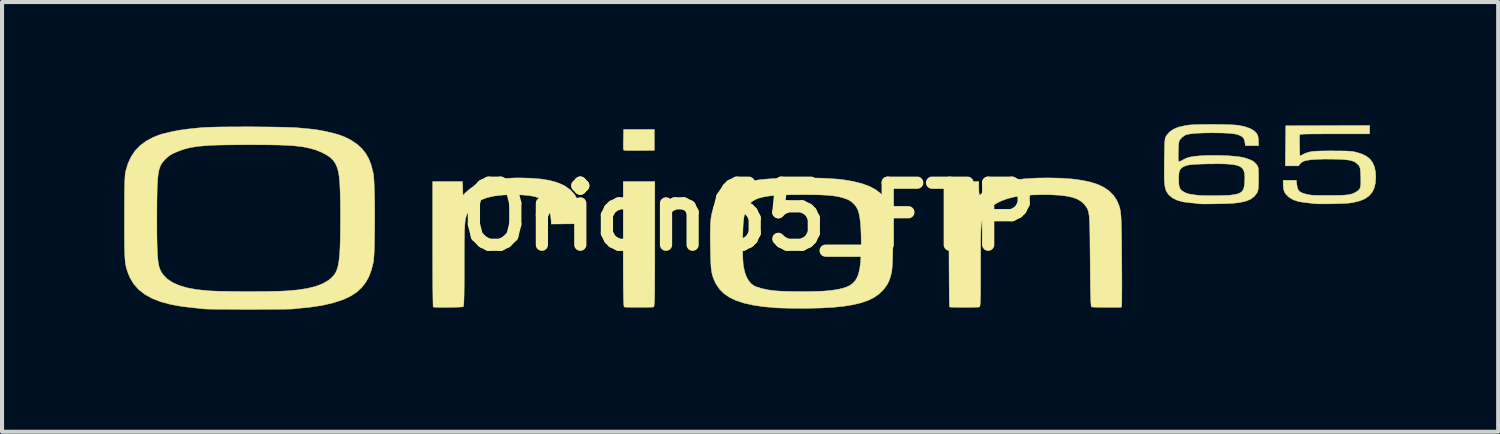
<source format=kicad_pcb>
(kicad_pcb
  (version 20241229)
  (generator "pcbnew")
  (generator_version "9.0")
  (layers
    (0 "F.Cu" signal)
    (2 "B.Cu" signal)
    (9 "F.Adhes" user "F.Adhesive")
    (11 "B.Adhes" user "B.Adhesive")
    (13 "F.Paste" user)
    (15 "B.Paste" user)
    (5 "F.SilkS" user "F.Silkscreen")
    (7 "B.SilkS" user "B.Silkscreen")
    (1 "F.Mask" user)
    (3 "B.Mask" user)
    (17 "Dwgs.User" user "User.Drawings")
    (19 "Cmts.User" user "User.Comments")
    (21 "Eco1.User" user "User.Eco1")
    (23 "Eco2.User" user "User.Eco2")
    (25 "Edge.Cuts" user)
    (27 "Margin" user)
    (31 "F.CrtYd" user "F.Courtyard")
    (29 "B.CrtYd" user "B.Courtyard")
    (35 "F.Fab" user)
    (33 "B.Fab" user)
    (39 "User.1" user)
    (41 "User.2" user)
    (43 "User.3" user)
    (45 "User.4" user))
  (footprint "Orion65_FTP"
    (layer "F.Cu")
    (at 15.335 2.27)
    (property "Reference" "Orion65_FTP" (at 0 0 0) (layer "F.SilkS") (effects (font (size 1.524 1.524) (thickness 0.3))))
    (attr through_hole)
    (fp_poly (pts (xy -2.318 -1.628) (xy -2.69 -1.624) (xy -2.832 -1.623) (xy -2.936 -1.624) (xy -3.007 -1.626) (xy -3.05 -1.629) (xy -3.071 -1.635) (xy -3.074 -1.637) (xy -3.077 -1.655) (xy -3.079 -1.694) (xy -3.08 -1.75) (xy -3.08 -1.819) (xy -3.079 -1.897) (xy -3.078 -1.898) (xy -3.073 -2.142) (xy -2.318 -2.142) (xy -2.318 -1.628)) (stroke (width 0.01) (type solid)) (fill yes) (layer "F.SilkS"))
    (fp_poly (pts (xy -2.307 0.674) (xy -2.307 0.906) (xy -2.307 1.114) (xy -2.308 1.299) (xy -2.308 1.462) (xy -2.309 1.605) (xy -2.309 1.729) (xy -2.31 1.835) (xy -2.312 1.925) (xy -2.313 2) (xy -2.315 2.061) (xy -2.318 2.109) (xy -2.321 2.147) (xy -2.324 2.175) (xy -2.327 2.195) (xy -2.331 2.208) (xy -2.336 2.215) (xy -2.341 2.218) (xy -2.341 2.218) (xy -2.375 2.221) (xy -2.441 2.223) (xy -2.532 2.224) (xy -2.638 2.225) (xy -2.749 2.225) (xy -2.855 2.224) (xy -2.948 2.223) (xy -3.018 2.221) (xy -3.055 2.218) (xy -3.056 2.218) (xy -3.061 2.212) (xy -3.064 2.196) (xy -3.068 2.168) (xy -3.071 2.128) (xy -3.073 2.075) (xy -3.076 2.007) (xy -3.077 1.922) (xy -3.079 1.821) (xy -3.08 1.701) (xy -3.081 1.562) (xy -3.082 1.402) (xy -3.083 1.22) (xy -3.083 1.016) (xy -3.083 0.787) (xy -3.083 0.674) (xy -3.083 -0.862) (xy -2.307 -0.862) (xy -2.307 0.674)) (stroke (width 0.01) (type solid)) (fill yes) (layer "F.SilkS"))
    (fp_poly (pts (xy -5.35 -0.945) (xy -5.107 -0.925) (xy -4.896 -0.891) (xy -4.715 -0.842) (xy -4.561 -0.778) (xy -4.505 -0.747) (xy -4.382 -0.658) (xy -4.283 -0.552) (xy -4.207 -0.426) (xy -4.153 -0.28) (xy -4.122 -0.113) (xy -4.112 0.019) (xy -4.108 0.174) (xy -4.479 0.177) (xy -4.851 0.181) (xy -4.851 0.122) (xy -4.855 0.068) (xy -4.863 0.000196) (xy -4.876 -0.074) (xy -4.891 -0.145) (xy -4.907 -0.207) (xy -4.92 -0.244) (xy -4.969 -0.33) (xy -5.039 -0.399) (xy -5.133 -0.454) (xy -5.254 -0.493) (xy -5.405 -0.52) (xy -5.59 -0.535) (xy -5.789 -0.54) (xy -6.031 -0.532) (xy -6.24 -0.509) (xy -6.419 -0.47) (xy -6.57 -0.413) (xy -6.695 -0.338) (xy -6.798 -0.244) (xy -6.868 -0.149) (xy -6.888 -0.116) (xy -6.906 -0.085) (xy -6.922 -0.053) (xy -6.935 -0.02) (xy -6.946 0.017) (xy -6.956 0.06) (xy -6.964 0.11) (xy -6.97 0.17) (xy -6.975 0.24) (xy -6.979 0.324) (xy -6.982 0.423) (xy -6.983 0.538) (xy -6.985 0.672) (xy -6.985 0.827) (xy -6.986 1.004) (xy -6.986 1.172) (xy -6.986 1.369) (xy -6.986 1.542) (xy -6.987 1.692) (xy -6.989 1.82) (xy -6.99 1.927) (xy -6.993 2.015) (xy -6.995 2.085) (xy -6.998 2.138) (xy -7.002 2.176) (xy -7.006 2.2) (xy -7.011 2.21) (xy -7.012 2.211) (xy -7.041 2.215) (xy -7.103 2.22) (xy -7.191 2.223) (xy -7.295 2.225) (xy -7.405 2.227) (xy -7.514 2.227) (xy -7.611 2.226) (xy -7.689 2.224) (xy -7.737 2.22) (xy -7.748 2.217) (xy -7.75 2.204) (xy -7.752 2.166) (xy -7.753 2.105) (xy -7.755 2.024) (xy -7.756 1.923) (xy -7.758 1.805) (xy -7.759 1.67) (xy -7.76 1.521) (xy -7.761 1.358) (xy -7.761 1.184) (xy -7.762 1.001) (xy -7.762 0.809) (xy -7.762 0.673) (xy -7.762 -0.862) (xy -7.03 -0.862) (xy -7.024 -0.692) (xy -7.018 -0.521) (xy -6.947 -0.597) (xy -6.827 -0.699) (xy -6.679 -0.783) (xy -6.501 -0.85) (xy -6.292 -0.9) (xy -6.051 -0.933) (xy -5.779 -0.95) (xy -5.628 -0.952) (xy -5.35 -0.945)) (stroke (width 0.01) (type solid)) (fill yes) (layer "F.SilkS"))
    (fp_poly (pts (xy 15.244 -2.033) (xy 14.392 -2.033) (xy 14.169 -2.033) (xy 13.985 -2.032) (xy 13.838 -2.031) (xy 13.724 -2.03) (xy 13.639 -2.028) (xy 13.581 -2.025) (xy 13.546 -2.022) (xy 13.53 -2.018) (xy 13.529 -2.017) (xy 13.526 -1.999) (xy 13.524 -1.96) (xy 13.523 -1.904) (xy 13.523 -1.834) (xy 13.524 -1.756) (xy 13.524 -1.745) (xy 13.53 -1.489) (xy 13.623 -1.536) (xy 13.677 -1.56) (xy 13.73 -1.579) (xy 13.79 -1.594) (xy 13.863 -1.603) (xy 13.955 -1.61) (xy 14.074 -1.613) (xy 14.225 -1.615) (xy 14.328 -1.615) (xy 14.483 -1.614) (xy 14.603 -1.613) (xy 14.694 -1.611) (xy 14.764 -1.607) (xy 14.82 -1.601) (xy 14.868 -1.593) (xy 14.877 -1.591) (xy 15.024 -1.551) (xy 15.146 -1.496) (xy 15.242 -1.424) (xy 15.313 -1.334) (xy 15.362 -1.225) (xy 15.389 -1.095) (xy 15.395 -0.978) (xy 15.386 -0.83) (xy 15.356 -0.703) (xy 15.304 -0.597) (xy 15.229 -0.511) (xy 15.13 -0.441) (xy 15.005 -0.389) (xy 14.853 -0.351) (xy 14.736 -0.333) (xy 14.666 -0.328) (xy 14.569 -0.323) (xy 14.453 -0.319) (xy 14.327 -0.316) (xy 14.2 -0.314) (xy 14.081 -0.314) (xy 13.979 -0.315) (xy 13.903 -0.318) (xy 13.864 -0.322) (xy 13.815 -0.329) (xy 13.741 -0.338) (xy 13.662 -0.346) (xy 13.501 -0.371) (xy 13.368 -0.415) (xy 13.262 -0.479) (xy 13.245 -0.494) (xy 13.189 -0.551) (xy 13.152 -0.609) (xy 13.131 -0.676) (xy 13.123 -0.758) (xy 13.122 -0.778) (xy 13.12 -0.894) (xy 13.444 -0.894) (xy 13.457 -0.783) (xy 13.47 -0.707) (xy 13.494 -0.651) (xy 13.533 -0.611) (xy 13.593 -0.58) (xy 13.678 -0.555) (xy 13.682 -0.554) (xy 13.729 -0.543) (xy 13.773 -0.535) (xy 13.821 -0.529) (xy 13.881 -0.525) (xy 13.96 -0.523) (xy 14.066 -0.522) (xy 14.207 -0.522) (xy 14.231 -0.522) (xy 14.405 -0.522) (xy 14.543 -0.525) (xy 14.651 -0.531) (xy 14.735 -0.541) (xy 14.801 -0.556) (xy 14.856 -0.576) (xy 14.906 -0.603) (xy 14.929 -0.617) (xy 14.963 -0.643) (xy 14.989 -0.669) (xy 15.008 -0.701) (xy 15.02 -0.742) (xy 15.026 -0.796) (xy 15.028 -0.867) (xy 15.026 -0.958) (xy 15.025 -0.999) (xy 15.021 -1.082) (xy 15.017 -1.143) (xy 15.01 -1.187) (xy 15.001 -1.219) (xy 14.989 -1.244) (xy 14.972 -1.267) (xy 14.971 -1.267) (xy 14.925 -1.312) (xy 14.874 -1.347) (xy 14.81 -1.372) (xy 14.728 -1.39) (xy 14.621 -1.402) (xy 14.483 -1.409) (xy 14.342 -1.413) (xy 14.125 -1.414) (xy 13.941 -1.408) (xy 13.792 -1.397) (xy 13.681 -1.379) (xy 13.621 -1.361) (xy 13.571 -1.331) (xy 13.532 -1.294) (xy 13.531 -1.292) (xy 13.5 -1.248) (xy 13.174 -1.248) (xy 13.179 -1.74) (xy 13.185 -2.232) (xy 14.215 -2.236) (xy 15.244 -2.239) (xy 15.244 -2.033)) (stroke (width 0.01) (type solid)) (fill yes) (layer "F.SilkS"))
    (fp_poly (pts (xy 7.647 -0.946) (xy 7.927 -0.927) (xy 8.175 -0.894) (xy 8.391 -0.848) (xy 8.571 -0.791) (xy 8.716 -0.722) (xy 8.845 -0.633) (xy 8.951 -0.528) (xy 9.03 -0.411) (xy 9.045 -0.379) (xy 9.063 -0.34) (xy 9.078 -0.304) (xy 9.092 -0.269) (xy 9.103 -0.233) (xy 9.113 -0.195) (xy 9.122 -0.153) (xy 9.129 -0.104) (xy 9.135 -0.047) (xy 9.14 0.019) (xy 9.144 0.097) (xy 9.147 0.189) (xy 9.15 0.296) (xy 9.152 0.42) (xy 9.154 0.564) (xy 9.155 0.728) (xy 9.157 0.915) (xy 9.158 1.041) (xy 9.159 1.209) (xy 9.16 1.371) (xy 9.161 1.523) (xy 9.161 1.665) (xy 9.161 1.794) (xy 9.16 1.909) (xy 9.16 2.007) (xy 9.159 2.087) (xy 9.157 2.146) (xy 9.156 2.183) (xy 9.154 2.195) (xy 9.141 2.226) (xy 8.791 2.226) (xy 8.672 2.225) (xy 8.566 2.224) (xy 8.483 2.221) (xy 8.43 2.218) (xy 8.416 2.216) (xy 8.411 2.208) (xy 8.407 2.187) (xy 8.403 2.151) (xy 8.399 2.101) (xy 8.396 2.033) (xy 8.393 1.948) (xy 8.391 1.844) (xy 8.388 1.72) (xy 8.386 1.574) (xy 8.384 1.406) (xy 8.383 1.213) (xy 8.382 1.081) (xy 8.38 0.876) (xy 8.378 0.696) (xy 8.377 0.539) (xy 8.375 0.401) (xy 8.373 0.283) (xy 8.37 0.182) (xy 8.366 0.096) (xy 8.361 0.023) (xy 8.355 -0.037) (xy 8.347 -0.087) (xy 8.338 -0.129) (xy 8.327 -0.164) (xy 8.314 -0.194) (xy 8.299 -0.221) (xy 8.282 -0.247) (xy 8.262 -0.272) (xy 8.24 -0.3) (xy 8.236 -0.305) (xy 8.164 -0.374) (xy 8.069 -0.43) (xy 7.95 -0.474) (xy 7.801 -0.506) (xy 7.621 -0.527) (xy 7.407 -0.538) (xy 7.223 -0.54) (xy 6.959 -0.534) (xy 6.729 -0.516) (xy 6.529 -0.487) (xy 6.355 -0.444) (xy 6.201 -0.388) (xy 6.086 -0.33) (xy 5.981 -0.265) (xy 5.902 -0.199) (xy 5.837 -0.122) (xy 5.801 -0.069) (xy 5.782 -0.038) (xy 5.765 -0.008) (xy 5.75 0.022) (xy 5.738 0.054) (xy 5.728 0.09) (xy 5.719 0.132) (xy 5.712 0.182) (xy 5.706 0.242) (xy 5.701 0.313) (xy 5.698 0.398) (xy 5.696 0.498) (xy 5.694 0.615) (xy 5.693 0.752) (xy 5.693 0.909) (xy 5.692 1.089) (xy 5.692 1.205) (xy 5.692 1.391) (xy 5.692 1.552) (xy 5.692 1.692) (xy 5.691 1.81) (xy 5.69 1.909) (xy 5.688 1.991) (xy 5.686 2.058) (xy 5.684 2.11) (xy 5.681 2.149) (xy 5.678 2.178) (xy 5.673 2.198) (xy 5.668 2.21) (xy 5.663 2.216) (xy 5.658 2.218) (xy 5.624 2.221) (xy 5.558 2.223) (xy 5.469 2.225) (xy 5.365 2.226) (xy 5.255 2.226) (xy 5.149 2.225) (xy 5.054 2.224) (xy 4.981 2.222) (xy 4.938 2.219) (xy 4.931 2.217) (xy 4.929 2.204) (xy 4.927 2.166) (xy 4.925 2.105) (xy 4.924 2.024) (xy 4.922 1.923) (xy 4.921 1.805) (xy 4.92 1.67) (xy 4.919 1.521) (xy 4.918 1.358) (xy 4.917 1.184) (xy 4.916 1.001) (xy 4.916 0.809) (xy 4.916 0.673) (xy 4.916 -0.862) (xy 5.649 -0.862) (xy 5.649 -0.695) (xy 5.651 -0.623) (xy 5.655 -0.57) (xy 5.663 -0.537) (xy 5.671 -0.528) (xy 5.692 -0.537) (xy 5.692 -0.541) (xy 5.705 -0.557) (xy 5.736 -0.587) (xy 5.778 -0.622) (xy 5.918 -0.714) (xy 6.086 -0.79) (xy 6.284 -0.851) (xy 6.513 -0.898) (xy 6.774 -0.93) (xy 7.07 -0.948) (xy 7.331 -0.952) (xy 7.647 -0.946)) (stroke (width 0.01) (type solid)) (fill yes) (layer "F.SilkS"))
    (fp_poly (pts (xy 1.57 -0.951) (xy 1.806 -0.945) (xy 2.023 -0.934) (xy 2.212 -0.919) (xy 2.318 -0.907) (xy 2.568 -0.865) (xy 2.784 -0.81) (xy 2.969 -0.742) (xy 3.124 -0.658) (xy 3.251 -0.557) (xy 3.354 -0.437) (xy 3.433 -0.298) (xy 3.492 -0.137) (xy 3.505 -0.09) (xy 3.513 -0.041) (xy 3.52 0.031) (xy 3.526 0.121) (xy 3.531 0.227) (xy 3.535 0.344) (xy 3.537 0.469) (xy 3.538 0.6) (xy 3.537 0.731) (xy 3.536 0.86) (xy 3.533 0.983) (xy 3.529 1.097) (xy 3.524 1.198) (xy 3.517 1.283) (xy 3.509 1.348) (xy 3.504 1.378) (xy 3.476 1.482) (xy 3.446 1.568) (xy 3.412 1.642) (xy 3.37 1.71) (xy 3.316 1.78) (xy 3.296 1.803) (xy 3.196 1.9) (xy 3.076 1.983) (xy 2.931 2.055) (xy 2.761 2.114) (xy 2.563 2.162) (xy 2.334 2.199) (xy 2.072 2.226) (xy 1.776 2.242) (xy 1.442 2.25) (xy 1.272 2.25) (xy 1.126 2.249) (xy 0.983 2.247) (xy 0.852 2.244) (xy 0.745 2.241) (xy 0.671 2.238) (xy 0.668 2.237) (xy 0.37 2.211) (xy 0.108 2.172) (xy -0.118 2.122) (xy -0.312 2.058) (xy -0.475 1.98) (xy -0.61 1.887) (xy -0.719 1.778) (xy -0.805 1.651) (xy -0.844 1.57) (xy -0.865 1.519) (xy -0.882 1.472) (xy -0.896 1.424) (xy -0.908 1.374) (xy -0.917 1.317) (xy -0.925 1.252) (xy -0.93 1.174) (xy -0.935 1.082) (xy -0.938 0.972) (xy -0.941 0.841) (xy -0.943 0.737) (xy -0.943 0.722) (xy -0.151 0.722) (xy -0.15 0.842) (xy -0.148 0.955) (xy -0.144 1.056) (xy -0.139 1.142) (xy -0.132 1.207) (xy -0.129 1.229) (xy -0.096 1.369) (xy -0.053 1.486) (xy 0.001 1.58) (xy 0.065 1.652) (xy 0.141 1.704) (xy 0.169 1.716) (xy 0.31 1.762) (xy 0.484 1.799) (xy 0.647 1.82) (xy 0.744 1.827) (xy 0.875 1.833) (xy 1.03 1.836) (xy 1.198 1.838) (xy 1.372 1.838) (xy 1.54 1.836) (xy 1.694 1.833) (xy 1.824 1.828) (xy 1.919 1.821) (xy 2.069 1.804) (xy 2.201 1.783) (xy 2.315 1.756) (xy 2.413 1.722) (xy 2.495 1.68) (xy 2.564 1.627) (xy 2.62 1.562) (xy 2.665 1.483) (xy 2.699 1.388) (xy 2.724 1.276) (xy 2.742 1.145) (xy 2.753 0.993) (xy 2.758 0.819) (xy 2.76 0.64) (xy 2.758 0.456) (xy 2.752 0.295) (xy 2.742 0.157) (xy 2.728 0.04) (xy 2.71 -0.059) (xy 2.688 -0.14) (xy 2.676 -0.172) (xy 2.636 -0.245) (xy 2.578 -0.315) (xy 2.511 -0.375) (xy 2.441 -0.417) (xy 2.43 -0.422) (xy 2.341 -0.454) (xy 2.25 -0.48) (xy 2.152 -0.501) (xy 2.041 -0.516) (xy 1.91 -0.527) (xy 1.755 -0.535) (xy 1.569 -0.539) (xy 1.347 -0.54) (xy 1.295 -0.54) (xy 1.021 -0.538) (xy 0.786 -0.531) (xy 0.587 -0.518) (xy 0.421 -0.497) (xy 0.284 -0.467) (xy 0.173 -0.427) (xy 0.084 -0.376) (xy 0.015 -0.311) (xy -0.038 -0.232) (xy -0.078 -0.138) (xy -0.11 -0.027) (xy -0.119 0.019) (xy -0.128 0.076) (xy -0.135 0.154) (xy -0.141 0.249) (xy -0.145 0.358) (xy -0.149 0.475) (xy -0.151 0.598) (xy -0.151 0.722) (xy -0.943 0.722) (xy -0.945 0.574) (xy -0.946 0.432) (xy -0.944 0.311) (xy -0.941 0.208) (xy -0.936 0.118) (xy -0.928 0.04) (xy -0.918 -0.029) (xy -0.904 -0.093) (xy -0.888 -0.153) (xy -0.872 -0.202) (xy -0.803 -0.358) (xy -0.707 -0.494) (xy -0.584 -0.611) (xy -0.432 -0.709) (xy -0.25 -0.789) (xy -0.038 -0.852) (xy 0.207 -0.898) (xy 0.237 -0.902) (xy 0.406 -0.921) (xy 0.607 -0.935) (xy 0.833 -0.946) (xy 1.075 -0.952) (xy 1.323 -0.954) (xy 1.57 -0.951)) (stroke (width 0.01) (type solid)) (fill yes) (layer "F.SilkS"))
    (fp_poly (pts (xy 11.445 -2.265) (xy 11.6 -2.263) (xy 11.744 -2.26) (xy 11.868 -2.255) (xy 11.965 -2.249) (xy 12.01 -2.245) (xy 12.171 -2.213) (xy 12.303 -2.168) (xy 12.386 -2.122) (xy 12.444 -2.074) (xy 12.482 -2.025) (xy 12.504 -1.967) (xy 12.513 -1.892) (xy 12.514 -1.866) (xy 12.517 -1.744) (xy 12.193 -1.744) (xy 12.181 -1.827) (xy 12.167 -1.89) (xy 12.144 -1.935) (xy 12.105 -1.969) (xy 12.047 -2) (xy 11.984 -2.021) (xy 11.899 -2.037) (xy 11.786 -2.048) (xy 11.64 -2.055) (xy 11.458 -2.058) (xy 11.385 -2.059) (xy 11.165 -2.056) (xy 10.988 -2.048) (xy 10.852 -2.035) (xy 10.756 -2.017) (xy 10.735 -2.011) (xy 10.691 -1.988) (xy 10.643 -1.951) (xy 10.616 -1.925) (xy 10.595 -1.901) (xy 10.58 -1.88) (xy 10.569 -1.856) (xy 10.561 -1.826) (xy 10.556 -1.785) (xy 10.552 -1.729) (xy 10.549 -1.654) (xy 10.547 -1.605) (xy 10.545 -1.511) (xy 10.545 -1.441) (xy 10.548 -1.392) (xy 10.553 -1.363) (xy 10.561 -1.352) (xy 10.564 -1.351) (xy 10.592 -1.36) (xy 10.637 -1.381) (xy 10.664 -1.396) (xy 10.726 -1.428) (xy 10.791 -1.453) (xy 10.812 -1.459) (xy 10.922 -1.479) (xy 11.063 -1.493) (xy 11.227 -1.502) (xy 11.404 -1.505) (xy 11.585 -1.503) (xy 11.762 -1.496) (xy 11.924 -1.484) (xy 12.064 -1.467) (xy 12.171 -1.445) (xy 12.183 -1.441) (xy 12.286 -1.407) (xy 12.36 -1.375) (xy 12.413 -1.339) (xy 12.456 -1.293) (xy 12.46 -1.288) (xy 12.479 -1.264) (xy 12.493 -1.242) (xy 12.503 -1.218) (xy 12.509 -1.188) (xy 12.514 -1.148) (xy 12.516 -1.095) (xy 12.517 -1.024) (xy 12.517 -0.933) (xy 12.516 -0.836) (xy 12.514 -0.761) (xy 12.511 -0.703) (xy 12.505 -0.66) (xy 12.497 -0.626) (xy 12.486 -0.598) (xy 12.478 -0.583) (xy 12.413 -0.499) (xy 12.328 -0.434) (xy 12.216 -0.385) (xy 12.073 -0.351) (xy 11.931 -0.333) (xy 11.857 -0.327) (xy 11.757 -0.322) (xy 11.64 -0.319) (xy 11.513 -0.316) (xy 11.386 -0.314) (xy 11.266 -0.313) (xy 11.161 -0.313) (xy 11.079 -0.315) (xy 11.028 -0.318) (xy 11.018 -0.32) (xy 10.98 -0.327) (xy 10.915 -0.335) (xy 10.85 -0.34) (xy 10.671 -0.362) (xy 10.523 -0.401) (xy 10.404 -0.46) (xy 10.315 -0.536) (xy 10.307 -0.545) (xy 10.282 -0.578) (xy 10.261 -0.612) (xy 10.243 -0.648) (xy 10.229 -0.69) (xy 10.219 -0.74) (xy 10.211 -0.8) (xy 10.205 -0.873) (xy 10.204 -0.92) (xy 10.555 -0.92) (xy 10.558 -0.83) (xy 10.565 -0.761) (xy 10.58 -0.708) (xy 10.603 -0.668) (xy 10.639 -0.635) (xy 10.687 -0.605) (xy 10.699 -0.599) (xy 10.74 -0.579) (xy 10.781 -0.565) (xy 10.831 -0.553) (xy 10.899 -0.542) (xy 10.997 -0.529) (xy 11.051 -0.523) (xy 11.106 -0.519) (xy 11.195 -0.517) (xy 11.305 -0.516) (xy 11.428 -0.517) (xy 11.552 -0.518) (xy 11.666 -0.521) (xy 11.761 -0.524) (xy 11.826 -0.528) (xy 11.828 -0.529) (xy 11.935 -0.543) (xy 12.018 -0.564) (xy 12.079 -0.593) (xy 12.123 -0.633) (xy 12.151 -0.69) (xy 12.168 -0.764) (xy 12.178 -0.861) (xy 12.178 -0.876) (xy 12.18 -0.982) (xy 12.172 -1.069) (xy 12.151 -1.139) (xy 12.113 -1.194) (xy 12.054 -1.236) (xy 11.97 -1.265) (xy 11.859 -1.284) (xy 11.717 -1.295) (xy 11.54 -1.298) (xy 11.324 -1.297) (xy 11.277 -1.296) (xy 11.112 -1.292) (xy 10.983 -1.287) (xy 10.885 -1.28) (xy 10.809 -1.271) (xy 10.75 -1.257) (xy 10.702 -1.24) (xy 10.675 -1.228) (xy 10.631 -1.201) (xy 10.599 -1.169) (xy 10.577 -1.128) (xy 10.563 -1.073) (xy 10.557 -1) (xy 10.555 -0.92) (xy 10.204 -0.92) (xy 10.202 -0.962) (xy 10.201 -1.069) (xy 10.201 -1.195) (xy 10.203 -1.345) (xy 10.203 -1.367) (xy 10.205 -1.501) (xy 10.207 -1.612) (xy 10.209 -1.703) (xy 10.211 -1.776) (xy 10.214 -1.833) (xy 10.218 -1.877) (xy 10.223 -1.911) (xy 10.229 -1.937) (xy 10.237 -1.958) (xy 10.247 -1.977) (xy 10.259 -1.995) (xy 10.261 -1.999) (xy 10.334 -2.083) (xy 10.431 -2.149) (xy 10.557 -2.2) (xy 10.715 -2.236) (xy 10.82 -2.251) (xy 10.896 -2.257) (xy 11.005 -2.261) (xy 11.139 -2.264) (xy 11.288 -2.265) (xy 11.445 -2.265)) (stroke (width 0.01) (type solid)) (fill yes) (layer "F.SilkS"))
    (fp_poly (pts (xy -12.193 -2.206) (xy -11.976 -2.204) (xy -11.768 -2.202) (xy -11.573 -2.199) (xy -11.399 -2.195) (xy -11.252 -2.191) (xy -11.138 -2.186) (xy -11.094 -2.183) (xy -10.939 -2.169) (xy -10.817 -2.158) (xy -10.72 -2.148) (xy -10.638 -2.138) (xy -10.562 -2.126) (xy -10.483 -2.111) (xy -10.414 -2.098) (xy -10.222 -2.055) (xy -10.062 -2.01) (xy -9.925 -1.958) (xy -9.798 -1.896) (xy -9.746 -1.866) (xy -9.613 -1.775) (xy -9.501 -1.673) (xy -9.408 -1.557) (xy -9.332 -1.424) (xy -9.273 -1.272) (xy -9.228 -1.099) (xy -9.216 -1.036) (xy -9.21 -0.984) (xy -9.204 -0.91) (xy -9.199 -0.816) (xy -9.195 -0.705) (xy -9.191 -0.579) (xy -9.188 -0.442) (xy -9.186 -0.296) (xy -9.185 -0.144) (xy -9.185 0.011) (xy -9.185 0.167) (xy -9.186 0.32) (xy -9.188 0.468) (xy -9.19 0.608) (xy -9.193 0.738) (xy -9.197 0.853) (xy -9.202 0.953) (xy -9.208 1.033) (xy -9.214 1.091) (xy -9.216 1.107) (xy -9.262 1.298) (xy -9.325 1.468) (xy -9.407 1.616) (xy -9.508 1.745) (xy -9.631 1.856) (xy -9.775 1.95) (xy -9.942 2.029) (xy -9.955 2.034) (xy -10.201 2.115) (xy -10.477 2.179) (xy -10.781 2.224) (xy -10.923 2.238) (xy -11.019 2.247) (xy -11.111 2.257) (xy -11.181 2.265) (xy -11.186 2.265) (xy -11.227 2.268) (xy -11.305 2.27) (xy -11.416 2.272) (xy -11.553 2.273) (xy -11.712 2.275) (xy -11.887 2.275) (xy -12.073 2.276) (xy -12.265 2.276) (xy -12.458 2.276) (xy -12.645 2.275) (xy -12.823 2.274) (xy -12.985 2.273) (xy -13.126 2.272) (xy -13.242 2.27) (xy -13.326 2.268) (xy -13.374 2.265) (xy -13.379 2.264) (xy -13.432 2.258) (xy -13.511 2.249) (xy -13.602 2.24) (xy -13.616 2.239) (xy -13.926 2.203) (xy -14.201 2.153) (xy -14.442 2.088) (xy -14.651 2.006) (xy -14.829 1.908) (xy -14.977 1.792) (xy -15.097 1.658) (xy -15.19 1.506) (xy -15.233 1.406) (xy -15.25 1.359) (xy -15.265 1.315) (xy -15.278 1.272) (xy -15.29 1.228) (xy -15.299 1.181) (xy -15.307 1.129) (xy -15.313 1.07) (xy -15.318 1.002) (xy -15.322 0.923) (xy -15.325 0.83) (xy -15.328 0.723) (xy -15.329 0.599) (xy -15.33 0.455) (xy -15.33 0.291) (xy -15.33 0.103) (xy -15.33 0.04) (xy -14.533 0.04) (xy -14.533 0.245) (xy -14.532 0.426) (xy -14.53 0.585) (xy -14.527 0.724) (xy -14.523 0.844) (xy -14.517 0.948) (xy -14.51 1.037) (xy -14.501 1.113) (xy -14.49 1.178) (xy -14.477 1.234) (xy -14.461 1.282) (xy -14.442 1.325) (xy -14.421 1.364) (xy -14.396 1.401) (xy -14.381 1.422) (xy -14.281 1.527) (xy -14.15 1.615) (xy -13.988 1.688) (xy -13.793 1.746) (xy -13.563 1.789) (xy -13.299 1.817) (xy -13.261 1.82) (xy -13.144 1.826) (xy -12.993 1.831) (xy -12.813 1.834) (xy -12.615 1.837) (xy -12.404 1.838) (xy -12.189 1.838) (xy -11.979 1.837) (xy -11.78 1.835) (xy -11.6 1.832) (xy -11.447 1.827) (xy -11.331 1.821) (xy -11.062 1.797) (xy -10.83 1.76) (xy -10.632 1.71) (xy -10.466 1.647) (xy -10.331 1.57) (xy -10.299 1.547) (xy -10.254 1.509) (xy -10.214 1.47) (xy -10.179 1.428) (xy -10.148 1.381) (xy -10.122 1.327) (xy -10.1 1.265) (xy -10.081 1.193) (xy -10.066 1.11) (xy -10.054 1.012) (xy -10.044 0.9) (xy -10.037 0.77) (xy -10.032 0.622) (xy -10.029 0.453) (xy -10.027 0.262) (xy -10.027 0.047) (xy -10.027 0.039) (xy -10.027 -0.172) (xy -10.028 -0.358) (xy -10.031 -0.522) (xy -10.035 -0.666) (xy -10.041 -0.791) (xy -10.049 -0.9) (xy -10.059 -0.995) (xy -10.072 -1.076) (xy -10.088 -1.146) (xy -10.106 -1.207) (xy -10.128 -1.261) (xy -10.153 -1.309) (xy -10.182 -1.354) (xy -10.215 -1.396) (xy -10.224 -1.406) (xy -10.291 -1.466) (xy -10.388 -1.529) (xy -10.503 -1.587) (xy -10.627 -1.637) (xy -10.677 -1.652) (xy -10.772 -1.678) (xy -10.867 -1.7) (xy -10.969 -1.718) (xy -11.082 -1.732) (xy -11.21 -1.744) (xy -11.357 -1.752) (xy -11.529 -1.759) (xy -11.729 -1.763) (xy -11.963 -1.765) (xy -12.235 -1.766) (xy -12.28 -1.766) (xy -12.57 -1.765) (xy -12.822 -1.762) (xy -13.039 -1.758) (xy -13.226 -1.75) (xy -13.387 -1.739) (xy -13.526 -1.726) (xy -13.648 -1.708) (xy -13.756 -1.686) (xy -13.855 -1.66) (xy -13.949 -1.628) (xy -13.996 -1.61) (xy -14.094 -1.57) (xy -14.166 -1.536) (xy -14.223 -1.5) (xy -14.277 -1.456) (xy -14.321 -1.415) (xy -14.356 -1.379) (xy -14.388 -1.343) (xy -14.415 -1.305) (xy -14.439 -1.263) (xy -14.459 -1.215) (xy -14.477 -1.16) (xy -14.491 -1.096) (xy -14.503 -1.021) (xy -14.512 -0.933) (xy -14.519 -0.831) (xy -14.525 -0.713) (xy -14.528 -0.577) (xy -14.531 -0.421) (xy -14.532 -0.243) (xy -14.533 -0.042) (xy -14.533 0.04) (xy -15.33 0.04) (xy -15.33 0.035) (xy -15.33 -0.16) (xy -15.329 -0.332) (xy -15.329 -0.482) (xy -15.327 -0.611) (xy -15.326 -0.722) (xy -15.323 -0.815) (xy -15.321 -0.894) (xy -15.317 -0.959) (xy -15.314 -1.013) (xy -15.309 -1.057) (xy -15.304 -1.093) (xy -15.298 -1.119) (xy -15.242 -1.308) (xy -15.164 -1.474) (xy -15.066 -1.62) (xy -14.945 -1.746) (xy -14.801 -1.853) (xy -14.632 -1.944) (xy -14.528 -1.987) (xy -14.465 -2.01) (xy -14.416 -2.027) (xy -14.393 -2.033) (xy -14.368 -2.038) (xy -14.318 -2.05) (xy -14.29 -2.057) (xy -14.133 -2.094) (xy -13.962 -2.126) (xy -13.768 -2.152) (xy -13.544 -2.176) (xy -13.39 -2.189) (xy -13.297 -2.194) (xy -13.168 -2.198) (xy -13.008 -2.202) (xy -12.825 -2.204) (xy -12.623 -2.205) (xy -12.41 -2.206) (xy -12.193 -2.206)) (stroke (width 0.01) (type solid)) (fill yes) (layer "F.SilkS")))
  (gr_rect
    (start -3 -3)
    (end 33.735 7.551)
    (stroke (width 0.1) (type default))
    (fill no)
    (layer "Edge.Cuts")))
</source>
